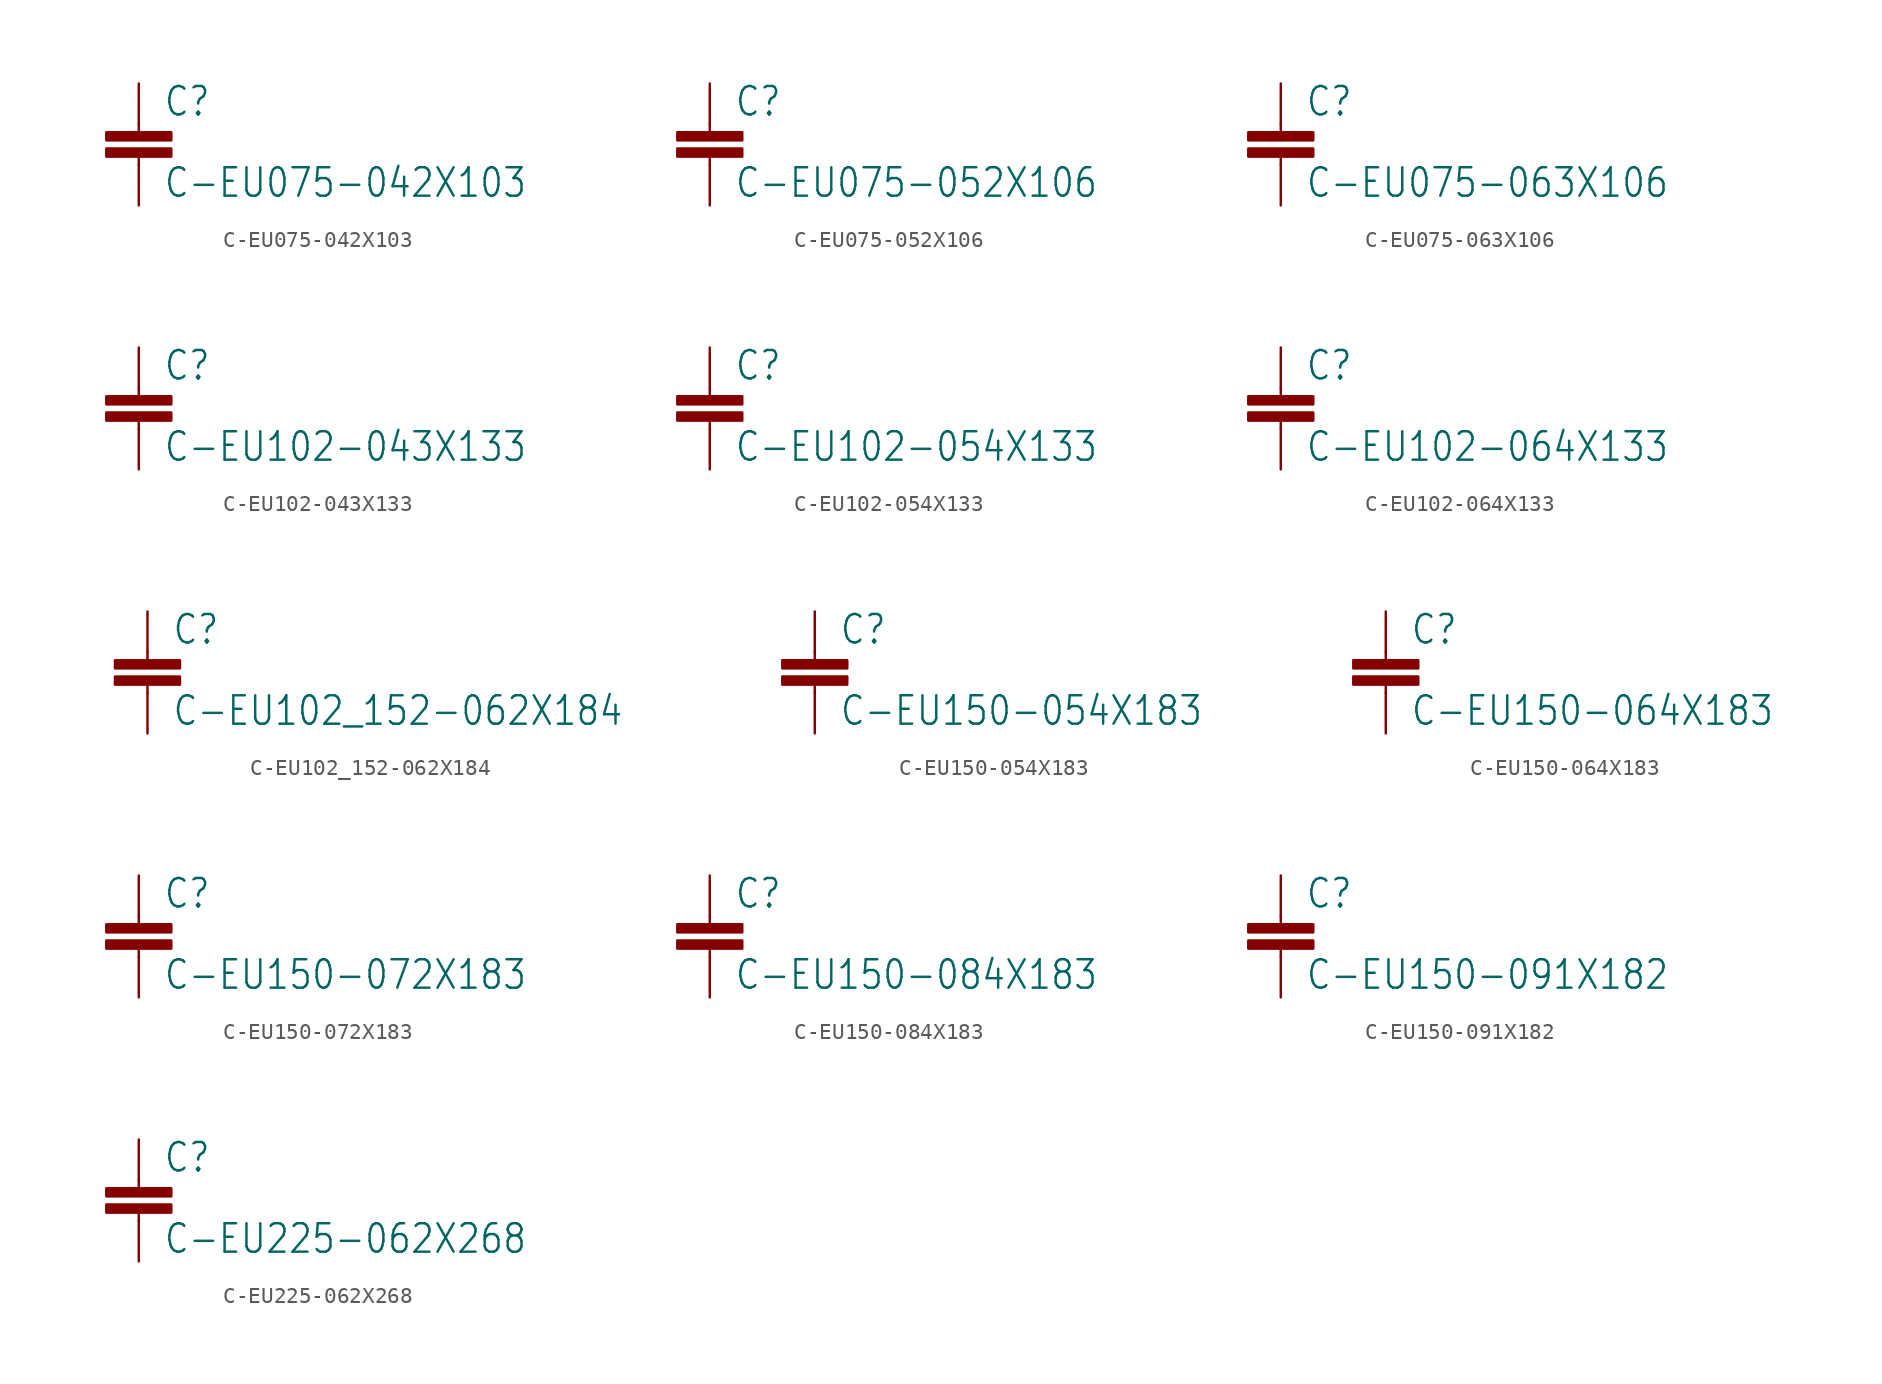
<source format=kicad_sym>
(kicad_symbol_lib
  (version 20220331)
  (generator kicad_symbol_editor)
  (symbol "C-EU075-042X103"
    (property "Reference" "C"
      (at 1.524 0.381 0)
      (effects (font (size 1.778 1.511)) (justify left bottom)))
    (property "Value" "C-EU075-042X103"
      (at 1.524 -4.699 0)
      (effects (font (size 1.778 1.511)) (justify left bottom)))
    (property "ki_locked" ""
      (at 0 0 0)
      (effects (font (size 1.27 1.27))))
    (symbol "C-EU075-042X103_1_0"
      (rectangle (start -2.032 -2.032) (end 2.032 -1.524) (stroke (width 0) (type default)) (fill (type outline)))
      (rectangle (start -2.032 -1.016) (end 2.032 -0.508) (stroke (width 0) (type default)) (fill (type outline)))
      (polyline (pts (xy 0 -2.54) (xy 0 -2.032)) (stroke (width 0.152) (type solid)) (fill (type none)))
      (polyline (pts (xy 0 0) (xy 0 -0.508)) (stroke (width 0.152) (type solid)) (fill (type none)))
      (pin passive line (at 0 2.54 270) (length 2.54) (name "1" (effects (font (size 0 0)))) (number "1" (effects (font (size 0 0)))))
      (pin passive line (at 0 -5.08 90) (length 2.54) (name "2" (effects (font (size 0 0)))) (number "2" (effects (font (size 0 0)))))))
  (symbol "C-EU075-052X106"
    (property "Reference" "C"
      (at 1.524 0.381 0)
      (effects (font (size 1.778 1.511)) (justify left bottom)))
    (property "Value" "C-EU075-052X106"
      (at 1.524 -4.699 0)
      (effects (font (size 1.778 1.511)) (justify left bottom)))
    (property "ki_locked" ""
      (at 0 0 0)
      (effects (font (size 1.27 1.27))))
    (symbol "C-EU075-052X106_1_0"
      (rectangle (start -2.032 -2.032) (end 2.032 -1.524) (stroke (width 0) (type default)) (fill (type outline)))
      (rectangle (start -2.032 -1.016) (end 2.032 -0.508) (stroke (width 0) (type default)) (fill (type outline)))
      (polyline (pts (xy 0 -2.54) (xy 0 -2.032)) (stroke (width 0.152) (type solid)) (fill (type none)))
      (polyline (pts (xy 0 0) (xy 0 -0.508)) (stroke (width 0.152) (type solid)) (fill (type none)))
      (pin passive line (at 0 2.54 270) (length 2.54) (name "1" (effects (font (size 0 0)))) (number "1" (effects (font (size 0 0)))))
      (pin passive line (at 0 -5.08 90) (length 2.54) (name "2" (effects (font (size 0 0)))) (number "2" (effects (font (size 0 0)))))))
  (symbol "C-EU075-063X106"
    (property "Reference" "C"
      (at 1.524 0.381 0)
      (effects (font (size 1.778 1.511)) (justify left bottom)))
    (property "Value" "C-EU075-063X106"
      (at 1.524 -4.699 0)
      (effects (font (size 1.778 1.511)) (justify left bottom)))
    (property "ki_locked" ""
      (at 0 0 0)
      (effects (font (size 1.27 1.27))))
    (symbol "C-EU075-063X106_1_0"
      (rectangle (start -2.032 -2.032) (end 2.032 -1.524) (stroke (width 0) (type default)) (fill (type outline)))
      (rectangle (start -2.032 -1.016) (end 2.032 -0.508) (stroke (width 0) (type default)) (fill (type outline)))
      (polyline (pts (xy 0 -2.54) (xy 0 -2.032)) (stroke (width 0.152) (type solid)) (fill (type none)))
      (polyline (pts (xy 0 0) (xy 0 -0.508)) (stroke (width 0.152) (type solid)) (fill (type none)))
      (pin passive line (at 0 2.54 270) (length 2.54) (name "1" (effects (font (size 0 0)))) (number "1" (effects (font (size 0 0)))))
      (pin passive line (at 0 -5.08 90) (length 2.54) (name "2" (effects (font (size 0 0)))) (number "2" (effects (font (size 0 0)))))))
  (symbol "C-EU102-043X133"
    (property "Reference" "C"
      (at 1.524 0.381 0)
      (effects (font (size 1.778 1.511)) (justify left bottom)))
    (property "Value" "C-EU102-043X133"
      (at 1.524 -4.699 0)
      (effects (font (size 1.778 1.511)) (justify left bottom)))
    (property "ki_locked" ""
      (at 0 0 0)
      (effects (font (size 1.27 1.27))))
    (symbol "C-EU102-043X133_1_0"
      (rectangle (start -2.032 -2.032) (end 2.032 -1.524) (stroke (width 0) (type default)) (fill (type outline)))
      (rectangle (start -2.032 -1.016) (end 2.032 -0.508) (stroke (width 0) (type default)) (fill (type outline)))
      (polyline (pts (xy 0 -2.54) (xy 0 -2.032)) (stroke (width 0.152) (type solid)) (fill (type none)))
      (polyline (pts (xy 0 0) (xy 0 -0.508)) (stroke (width 0.152) (type solid)) (fill (type none)))
      (pin passive line (at 0 2.54 270) (length 2.54) (name "1" (effects (font (size 0 0)))) (number "1" (effects (font (size 0 0)))))
      (pin passive line (at 0 -5.08 90) (length 2.54) (name "2" (effects (font (size 0 0)))) (number "2" (effects (font (size 0 0)))))))
  (symbol "C-EU102-054X133"
    (property "Reference" "C"
      (at 1.524 0.381 0)
      (effects (font (size 1.778 1.511)) (justify left bottom)))
    (property "Value" "C-EU102-054X133"
      (at 1.524 -4.699 0)
      (effects (font (size 1.778 1.511)) (justify left bottom)))
    (property "ki_locked" ""
      (at 0 0 0)
      (effects (font (size 1.27 1.27))))
    (symbol "C-EU102-054X133_1_0"
      (rectangle (start -2.032 -2.032) (end 2.032 -1.524) (stroke (width 0) (type default)) (fill (type outline)))
      (rectangle (start -2.032 -1.016) (end 2.032 -0.508) (stroke (width 0) (type default)) (fill (type outline)))
      (polyline (pts (xy 0 -2.54) (xy 0 -2.032)) (stroke (width 0.152) (type solid)) (fill (type none)))
      (polyline (pts (xy 0 0) (xy 0 -0.508)) (stroke (width 0.152) (type solid)) (fill (type none)))
      (pin passive line (at 0 2.54 270) (length 2.54) (name "1" (effects (font (size 0 0)))) (number "1" (effects (font (size 0 0)))))
      (pin passive line (at 0 -5.08 90) (length 2.54) (name "2" (effects (font (size 0 0)))) (number "2" (effects (font (size 0 0)))))))
  (symbol "C-EU102-064X133"
    (property "Reference" "C"
      (at 1.524 0.381 0)
      (effects (font (size 1.778 1.511)) (justify left bottom)))
    (property "Value" "C-EU102-064X133"
      (at 1.524 -4.699 0)
      (effects (font (size 1.778 1.511)) (justify left bottom)))
    (property "ki_locked" ""
      (at 0 0 0)
      (effects (font (size 1.27 1.27))))
    (symbol "C-EU102-064X133_1_0"
      (rectangle (start -2.032 -2.032) (end 2.032 -1.524) (stroke (width 0) (type default)) (fill (type outline)))
      (rectangle (start -2.032 -1.016) (end 2.032 -0.508) (stroke (width 0) (type default)) (fill (type outline)))
      (polyline (pts (xy 0 -2.54) (xy 0 -2.032)) (stroke (width 0.152) (type solid)) (fill (type none)))
      (polyline (pts (xy 0 0) (xy 0 -0.508)) (stroke (width 0.152) (type solid)) (fill (type none)))
      (pin passive line (at 0 2.54 270) (length 2.54) (name "1" (effects (font (size 0 0)))) (number "1" (effects (font (size 0 0)))))
      (pin passive line (at 0 -5.08 90) (length 2.54) (name "2" (effects (font (size 0 0)))) (number "2" (effects (font (size 0 0)))))))
  (symbol "C-EU102_152-062X184"
    (property "Reference" "C"
      (at 1.524 0.381 0)
      (effects (font (size 1.778 1.511)) (justify left bottom)))
    (property "Value" "C-EU102_152-062X184"
      (at 1.524 -4.699 0)
      (effects (font (size 1.778 1.511)) (justify left bottom)))
    (property "ki_locked" ""
      (at 0 0 0)
      (effects (font (size 1.27 1.27))))
    (symbol "C-EU102_152-062X184_1_0"
      (rectangle (start -2.032 -2.032) (end 2.032 -1.524) (stroke (width 0) (type default)) (fill (type outline)))
      (rectangle (start -2.032 -1.016) (end 2.032 -0.508) (stroke (width 0) (type default)) (fill (type outline)))
      (polyline (pts (xy 0 -2.54) (xy 0 -2.032)) (stroke (width 0.152) (type solid)) (fill (type none)))
      (polyline (pts (xy 0 0) (xy 0 -0.508)) (stroke (width 0.152) (type solid)) (fill (type none)))
      (pin passive line (at 0 2.54 270) (length 2.54) (name "1" (effects (font (size 0 0)))) (number "1" (effects (font (size 0 0)))))
      (pin passive line (at 0 -5.08 90) (length 2.54) (name "2" (effects (font (size 0 0)))) (number "2" (effects (font (size 0 0)))))))
  (symbol "C-EU150-054X183"
    (property "Reference" "C"
      (at 1.524 0.381 0)
      (effects (font (size 1.778 1.511)) (justify left bottom)))
    (property "Value" "C-EU150-054X183"
      (at 1.524 -4.699 0)
      (effects (font (size 1.778 1.511)) (justify left bottom)))
    (property "ki_locked" ""
      (at 0 0 0)
      (effects (font (size 1.27 1.27))))
    (symbol "C-EU150-054X183_1_0"
      (rectangle (start -2.032 -2.032) (end 2.032 -1.524) (stroke (width 0) (type default)) (fill (type outline)))
      (rectangle (start -2.032 -1.016) (end 2.032 -0.508) (stroke (width 0) (type default)) (fill (type outline)))
      (polyline (pts (xy 0 -2.54) (xy 0 -2.032)) (stroke (width 0.152) (type solid)) (fill (type none)))
      (polyline (pts (xy 0 0) (xy 0 -0.508)) (stroke (width 0.152) (type solid)) (fill (type none)))
      (pin passive line (at 0 2.54 270) (length 2.54) (name "1" (effects (font (size 0 0)))) (number "1" (effects (font (size 0 0)))))
      (pin passive line (at 0 -5.08 90) (length 2.54) (name "2" (effects (font (size 0 0)))) (number "2" (effects (font (size 0 0)))))))
  (symbol "C-EU150-064X183"
    (property "Reference" "C"
      (at 1.524 0.381 0)
      (effects (font (size 1.778 1.511)) (justify left bottom)))
    (property "Value" "C-EU150-064X183"
      (at 1.524 -4.699 0)
      (effects (font (size 1.778 1.511)) (justify left bottom)))
    (property "ki_locked" ""
      (at 0 0 0)
      (effects (font (size 1.27 1.27))))
    (symbol "C-EU150-064X183_1_0"
      (rectangle (start -2.032 -2.032) (end 2.032 -1.524) (stroke (width 0) (type default)) (fill (type outline)))
      (rectangle (start -2.032 -1.016) (end 2.032 -0.508) (stroke (width 0) (type default)) (fill (type outline)))
      (polyline (pts (xy 0 -2.54) (xy 0 -2.032)) (stroke (width 0.152) (type solid)) (fill (type none)))
      (polyline (pts (xy 0 0) (xy 0 -0.508)) (stroke (width 0.152) (type solid)) (fill (type none)))
      (pin passive line (at 0 2.54 270) (length 2.54) (name "1" (effects (font (size 0 0)))) (number "1" (effects (font (size 0 0)))))
      (pin passive line (at 0 -5.08 90) (length 2.54) (name "2" (effects (font (size 0 0)))) (number "2" (effects (font (size 0 0)))))))
  (symbol "C-EU150-072X183"
    (property "Reference" "C"
      (at 1.524 0.381 0)
      (effects (font (size 1.778 1.511)) (justify left bottom)))
    (property "Value" "C-EU150-072X183"
      (at 1.524 -4.699 0)
      (effects (font (size 1.778 1.511)) (justify left bottom)))
    (property "ki_locked" ""
      (at 0 0 0)
      (effects (font (size 1.27 1.27))))
    (symbol "C-EU150-072X183_1_0"
      (rectangle (start -2.032 -2.032) (end 2.032 -1.524) (stroke (width 0) (type default)) (fill (type outline)))
      (rectangle (start -2.032 -1.016) (end 2.032 -0.508) (stroke (width 0) (type default)) (fill (type outline)))
      (polyline (pts (xy 0 -2.54) (xy 0 -2.032)) (stroke (width 0.152) (type solid)) (fill (type none)))
      (polyline (pts (xy 0 0) (xy 0 -0.508)) (stroke (width 0.152) (type solid)) (fill (type none)))
      (pin passive line (at 0 2.54 270) (length 2.54) (name "1" (effects (font (size 0 0)))) (number "1" (effects (font (size 0 0)))))
      (pin passive line (at 0 -5.08 90) (length 2.54) (name "2" (effects (font (size 0 0)))) (number "2" (effects (font (size 0 0)))))))
  (symbol "C-EU150-084X183"
    (property "Reference" "C"
      (at 1.524 0.381 0)
      (effects (font (size 1.778 1.511)) (justify left bottom)))
    (property "Value" "C-EU150-084X183"
      (at 1.524 -4.699 0)
      (effects (font (size 1.778 1.511)) (justify left bottom)))
    (property "ki_locked" ""
      (at 0 0 0)
      (effects (font (size 1.27 1.27))))
    (symbol "C-EU150-084X183_1_0"
      (rectangle (start -2.032 -2.032) (end 2.032 -1.524) (stroke (width 0) (type default)) (fill (type outline)))
      (rectangle (start -2.032 -1.016) (end 2.032 -0.508) (stroke (width 0) (type default)) (fill (type outline)))
      (polyline (pts (xy 0 -2.54) (xy 0 -2.032)) (stroke (width 0.152) (type solid)) (fill (type none)))
      (polyline (pts (xy 0 0) (xy 0 -0.508)) (stroke (width 0.152) (type solid)) (fill (type none)))
      (pin passive line (at 0 2.54 270) (length 2.54) (name "1" (effects (font (size 0 0)))) (number "1" (effects (font (size 0 0)))))
      (pin passive line (at 0 -5.08 90) (length 2.54) (name "2" (effects (font (size 0 0)))) (number "2" (effects (font (size 0 0)))))))
  (symbol "C-EU150-091X182"
    (property "Reference" "C"
      (at 1.524 0.381 0)
      (effects (font (size 1.778 1.511)) (justify left bottom)))
    (property "Value" "C-EU150-091X182"
      (at 1.524 -4.699 0)
      (effects (font (size 1.778 1.511)) (justify left bottom)))
    (property "ki_locked" ""
      (at 0 0 0)
      (effects (font (size 1.27 1.27))))
    (symbol "C-EU150-091X182_1_0"
      (rectangle (start -2.032 -2.032) (end 2.032 -1.524) (stroke (width 0) (type default)) (fill (type outline)))
      (rectangle (start -2.032 -1.016) (end 2.032 -0.508) (stroke (width 0) (type default)) (fill (type outline)))
      (polyline (pts (xy 0 -2.54) (xy 0 -2.032)) (stroke (width 0.152) (type solid)) (fill (type none)))
      (polyline (pts (xy 0 0) (xy 0 -0.508)) (stroke (width 0.152) (type solid)) (fill (type none)))
      (pin passive line (at 0 2.54 270) (length 2.54) (name "1" (effects (font (size 0 0)))) (number "1" (effects (font (size 0 0)))))
      (pin passive line (at 0 -5.08 90) (length 2.54) (name "2" (effects (font (size 0 0)))) (number "2" (effects (font (size 0 0)))))))
  (symbol "C-EU225-062X268"
    (property "Reference" "C"
      (at 1.524 0.381 0)
      (effects (font (size 1.778 1.511)) (justify left bottom)))
    (property "Value" "C-EU225-062X268"
      (at 1.524 -4.699 0)
      (effects (font (size 1.778 1.511)) (justify left bottom)))
    (property "ki_locked" ""
      (at 0 0 0)
      (effects (font (size 1.27 1.27))))
    (symbol "C-EU225-062X268_1_0"
      (rectangle (start -2.032 -2.032) (end 2.032 -1.524) (stroke (width 0) (type default)) (fill (type outline)))
      (rectangle (start -2.032 -1.016) (end 2.032 -0.508) (stroke (width 0) (type default)) (fill (type outline)))
      (polyline (pts (xy 0 -2.54) (xy 0 -2.032)) (stroke (width 0.152) (type solid)) (fill (type none)))
      (polyline (pts (xy 0 0) (xy 0 -0.508)) (stroke (width 0.152) (type solid)) (fill (type none)))
      (pin passive line (at 0 2.54 270) (length 2.54) (name "1" (effects (font (size 0 0)))) (number "1" (effects (font (size 0 0)))))
      (pin passive line (at 0 -5.08 90) (length 2.54) (name "2" (effects (font (size 0 0)))) (number "2" (effects (font (size 0 0))))))))
</source>
